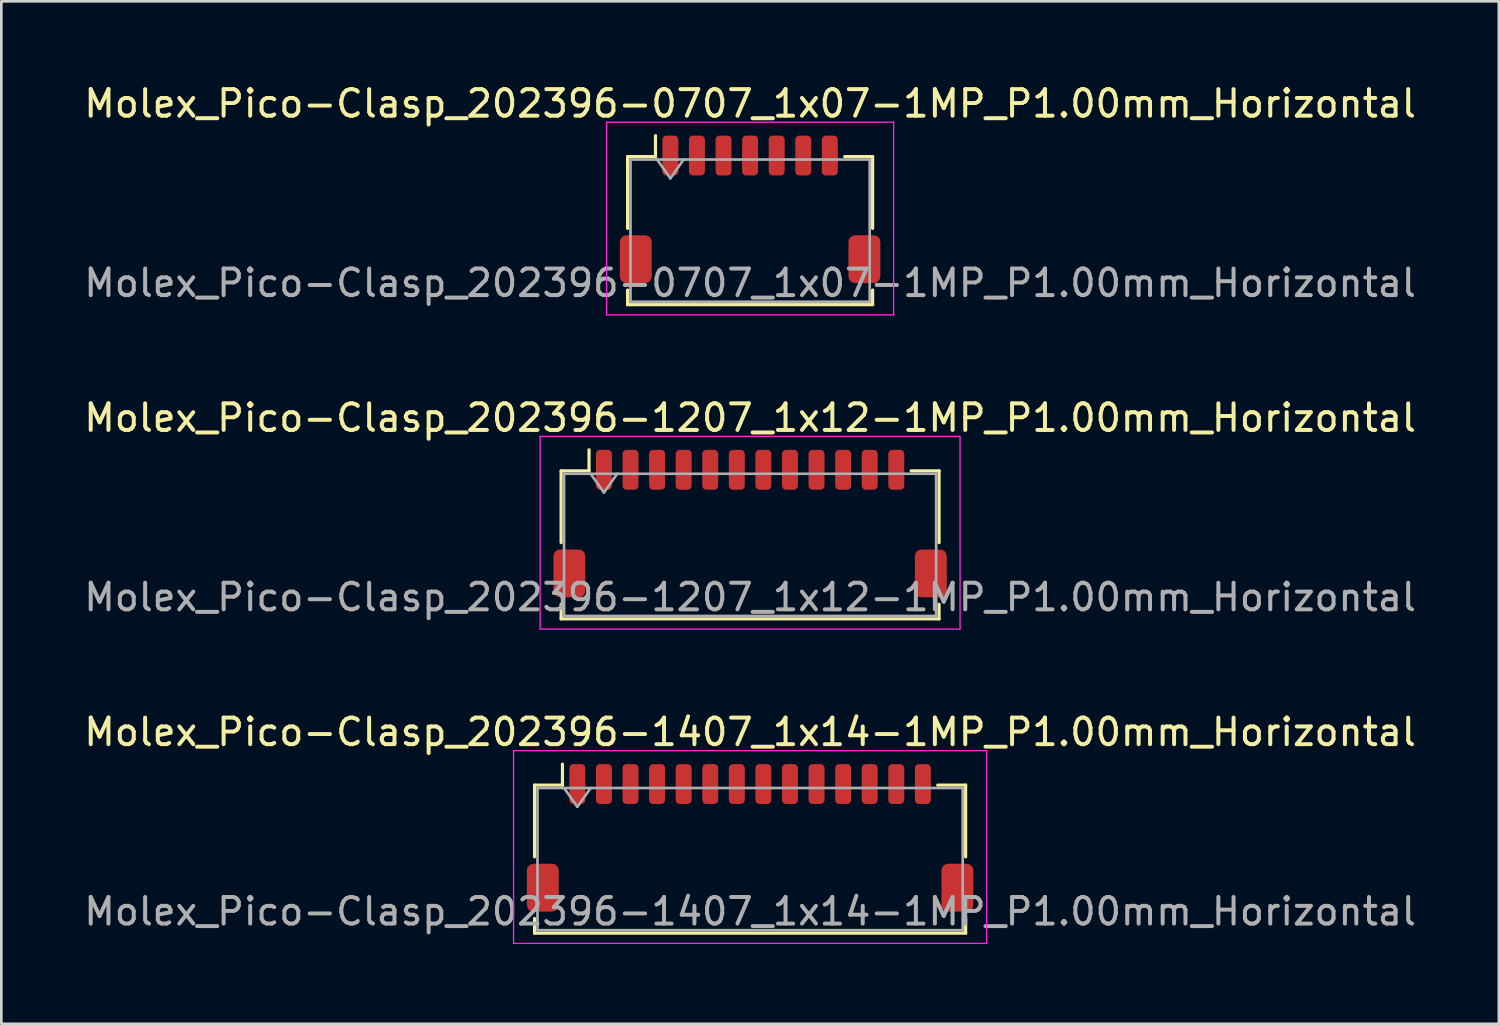
<source format=kicad_pcb>
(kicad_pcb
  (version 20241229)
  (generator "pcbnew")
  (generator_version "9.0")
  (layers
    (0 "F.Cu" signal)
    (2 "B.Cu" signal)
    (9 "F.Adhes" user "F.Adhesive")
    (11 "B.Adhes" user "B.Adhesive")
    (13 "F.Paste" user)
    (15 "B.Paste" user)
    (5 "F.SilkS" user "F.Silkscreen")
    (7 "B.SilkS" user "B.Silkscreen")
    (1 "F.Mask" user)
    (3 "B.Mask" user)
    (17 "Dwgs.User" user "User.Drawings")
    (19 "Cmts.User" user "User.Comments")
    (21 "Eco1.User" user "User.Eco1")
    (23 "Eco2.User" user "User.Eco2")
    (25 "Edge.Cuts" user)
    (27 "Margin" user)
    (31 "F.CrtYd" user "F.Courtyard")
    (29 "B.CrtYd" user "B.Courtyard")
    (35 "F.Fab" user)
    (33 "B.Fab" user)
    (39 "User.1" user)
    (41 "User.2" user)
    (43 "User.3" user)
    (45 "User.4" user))
  (footprint "Molex_Pico-Clasp_202396-1407_1x14-1MP_P1.00mm_Horizontal"
    (layer "F.Cu")
    (at 25.173 28.475)
    (property "Reference" "Molex_Pico-Clasp_202396-1407_1x14-1MP_P1.00mm_Horizontal" (at 0 -3.98 0) (layer "F.SilkS") (effects (font (size 1 1) (thickness 0.15))))
    (attr smd)
    (fp_line (start -8.11 -1.985) (end -7.06 -1.985) (stroke (width 0.12) (type solid)) (layer "F.SilkS"))
    (fp_line (start -8.11 0.715) (end -8.11 -1.985) (stroke (width 0.12) (type solid)) (layer "F.SilkS"))
    (fp_line (start -8.11 3.035) (end -8.11 3.585) (stroke (width 0.12) (type solid)) (layer "F.SilkS"))
    (fp_line (start -8.11 3.585) (end 8.11 3.585) (stroke (width 0.12) (type solid)) (layer "F.SilkS"))
    (fp_line (start -7.06 -1.985) (end -7.06 -2.775) (stroke (width 0.12) (type solid)) (layer "F.SilkS"))
    (fp_line (start 8.11 -1.985) (end 7.06 -1.985) (stroke (width 0.12) (type solid)) (layer "F.SilkS"))
    (fp_line (start 8.11 0.715) (end 8.11 -1.985) (stroke (width 0.12) (type solid)) (layer "F.SilkS"))
    (fp_line (start 8.11 3.585) (end 8.11 3.035) (stroke (width 0.12) (type solid)) (layer "F.SilkS"))
    (fp_line (start -8.9 -3.28) (end -8.9 3.97) (stroke (width 0.05) (type solid)) (layer "F.CrtYd"))
    (fp_line (start -8.9 3.97) (end 8.9 3.97) (stroke (width 0.05) (type solid)) (layer "F.CrtYd"))
    (fp_line (start 8.9 -3.28) (end -8.9 -3.28) (stroke (width 0.05) (type solid)) (layer "F.CrtYd"))
    (fp_line (start 8.9 3.97) (end 8.9 -3.28) (stroke (width 0.05) (type solid)) (layer "F.CrtYd"))
    (fp_line (start -8 -1.875) (end -8 3.475) (stroke (width 0.1) (type solid)) (layer "F.Fab"))
    (fp_line (start -8 -1.875) (end 8 -1.875) (stroke (width 0.1) (type solid)) (layer "F.Fab"))
    (fp_line (start -8 3.475) (end 8 3.475) (stroke (width 0.1) (type solid)) (layer "F.Fab"))
    (fp_line (start -7 -1.875) (end -6.5 -1.168) (stroke (width 0.1) (type solid)) (layer "F.Fab"))
    (fp_line (start -6.5 -1.168) (end -6 -1.875) (stroke (width 0.1) (type solid)) (layer "F.Fab"))
    (fp_line (start 8 -1.875) (end 8 3.475) (stroke (width 0.1) (type solid)) (layer "F.Fab"))
    (fp_text user "${REFERENCE}" (at 0 2.77 0) (layer "F.Fab") (effects (font (size 1 1) (thickness 0.15))))
    (pad "1" smd roundrect (at -6.5 -2.025) (size 0.6 1.5) (layers "F.Cu" "F.Mask" "F.Paste") (roundrect_rratio 0.25))
    (pad "2" smd roundrect (at -5.5 -2.025) (size 0.6 1.5) (layers "F.Cu" "F.Mask" "F.Paste") (roundrect_rratio 0.25))
    (pad "3" smd roundrect (at -4.5 -2.025) (size 0.6 1.5) (layers "F.Cu" "F.Mask" "F.Paste") (roundrect_rratio 0.25))
    (pad "4" smd roundrect (at -3.5 -2.025) (size 0.6 1.5) (layers "F.Cu" "F.Mask" "F.Paste") (roundrect_rratio 0.25))
    (pad "5" smd roundrect (at -2.5 -2.025) (size 0.6 1.5) (layers "F.Cu" "F.Mask" "F.Paste") (roundrect_rratio 0.25))
    (pad "6" smd roundrect (at -1.5 -2.025) (size 0.6 1.5) (layers "F.Cu" "F.Mask" "F.Paste") (roundrect_rratio 0.25))
    (pad "7" smd roundrect (at -0.5 -2.025) (size 0.6 1.5) (layers "F.Cu" "F.Mask" "F.Paste") (roundrect_rratio 0.25))
    (pad "8" smd roundrect (at 0.5 -2.025) (size 0.6 1.5) (layers "F.Cu" "F.Mask" "F.Paste") (roundrect_rratio 0.25))
    (pad "9" smd roundrect (at 1.5 -2.025) (size 0.6 1.5) (layers "F.Cu" "F.Mask" "F.Paste") (roundrect_rratio 0.25))
    (pad "10" smd roundrect (at 2.5 -2.025) (size 0.6 1.5) (layers "F.Cu" "F.Mask" "F.Paste") (roundrect_rratio 0.25))
    (pad "11" smd roundrect (at 3.5 -2.025) (size 0.6 1.5) (layers "F.Cu" "F.Mask" "F.Paste") (roundrect_rratio 0.25))
    (pad "12" smd roundrect (at 4.5 -2.025) (size 0.6 1.5) (layers "F.Cu" "F.Mask" "F.Paste") (roundrect_rratio 0.25))
    (pad "13" smd roundrect (at 5.5 -2.025) (size 0.6 1.5) (layers "F.Cu" "F.Mask" "F.Paste") (roundrect_rratio 0.25))
    (pad "14" smd roundrect (at 6.5 -2.025) (size 0.6 1.5) (layers "F.Cu" "F.Mask" "F.Paste") (roundrect_rratio 0.25))
    (pad "MP" smd roundrect (at -7.8 1.875) (size 1.2 1.8) (layers "F.Cu" "F.Mask" "F.Paste") (roundrect_rratio 0.208))
    (pad "MP" smd roundrect (at 7.8 1.875) (size 1.2 1.8) (layers "F.Cu" "F.Mask" "F.Paste") (roundrect_rratio 0.208)))
  (footprint "Molex_Pico-Clasp_202396-1207_1x12-1MP_P1.00mm_Horizontal"
    (layer "F.Cu")
    (at 25.173 16.651)
    (property "Reference" "Molex_Pico-Clasp_202396-1207_1x12-1MP_P1.00mm_Horizontal" (at 0 -3.98 0) (layer "F.SilkS") (effects (font (size 1 1) (thickness 0.15))))
    (attr smd)
    (fp_line (start -7.11 -1.985) (end -6.06 -1.985) (stroke (width 0.12) (type solid)) (layer "F.SilkS"))
    (fp_line (start -7.11 0.715) (end -7.11 -1.985) (stroke (width 0.12) (type solid)) (layer "F.SilkS"))
    (fp_line (start -7.11 3.035) (end -7.11 3.585) (stroke (width 0.12) (type solid)) (layer "F.SilkS"))
    (fp_line (start -7.11 3.585) (end 7.11 3.585) (stroke (width 0.12) (type solid)) (layer "F.SilkS"))
    (fp_line (start -6.06 -1.985) (end -6.06 -2.775) (stroke (width 0.12) (type solid)) (layer "F.SilkS"))
    (fp_line (start 7.11 -1.985) (end 6.06 -1.985) (stroke (width 0.12) (type solid)) (layer "F.SilkS"))
    (fp_line (start 7.11 0.715) (end 7.11 -1.985) (stroke (width 0.12) (type solid)) (layer "F.SilkS"))
    (fp_line (start 7.11 3.585) (end 7.11 3.035) (stroke (width 0.12) (type solid)) (layer "F.SilkS"))
    (fp_line (start -7.9 -3.28) (end -7.9 3.97) (stroke (width 0.05) (type solid)) (layer "F.CrtYd"))
    (fp_line (start -7.9 3.97) (end 7.9 3.97) (stroke (width 0.05) (type solid)) (layer "F.CrtYd"))
    (fp_line (start 7.9 -3.28) (end -7.9 -3.28) (stroke (width 0.05) (type solid)) (layer "F.CrtYd"))
    (fp_line (start 7.9 3.97) (end 7.9 -3.28) (stroke (width 0.05) (type solid)) (layer "F.CrtYd"))
    (fp_line (start -7 -1.875) (end -7 3.475) (stroke (width 0.1) (type solid)) (layer "F.Fab"))
    (fp_line (start -7 -1.875) (end 7 -1.875) (stroke (width 0.1) (type solid)) (layer "F.Fab"))
    (fp_line (start -7 3.475) (end 7 3.475) (stroke (width 0.1) (type solid)) (layer "F.Fab"))
    (fp_line (start -6 -1.875) (end -5.5 -1.168) (stroke (width 0.1) (type solid)) (layer "F.Fab"))
    (fp_line (start -5.5 -1.168) (end -5 -1.875) (stroke (width 0.1) (type solid)) (layer "F.Fab"))
    (fp_line (start 7 -1.875) (end 7 3.475) (stroke (width 0.1) (type solid)) (layer "F.Fab"))
    (fp_text user "${REFERENCE}" (at 0 2.77 0) (layer "F.Fab") (effects (font (size 1 1) (thickness 0.15))))
    (pad "1" smd roundrect (at -5.5 -2.025) (size 0.6 1.5) (layers "F.Cu" "F.Mask" "F.Paste") (roundrect_rratio 0.25))
    (pad "2" smd roundrect (at -4.5 -2.025) (size 0.6 1.5) (layers "F.Cu" "F.Mask" "F.Paste") (roundrect_rratio 0.25))
    (pad "3" smd roundrect (at -3.5 -2.025) (size 0.6 1.5) (layers "F.Cu" "F.Mask" "F.Paste") (roundrect_rratio 0.25))
    (pad "4" smd roundrect (at -2.5 -2.025) (size 0.6 1.5) (layers "F.Cu" "F.Mask" "F.Paste") (roundrect_rratio 0.25))
    (pad "5" smd roundrect (at -1.5 -2.025) (size 0.6 1.5) (layers "F.Cu" "F.Mask" "F.Paste") (roundrect_rratio 0.25))
    (pad "6" smd roundrect (at -0.5 -2.025) (size 0.6 1.5) (layers "F.Cu" "F.Mask" "F.Paste") (roundrect_rratio 0.25))
    (pad "7" smd roundrect (at 0.5 -2.025) (size 0.6 1.5) (layers "F.Cu" "F.Mask" "F.Paste") (roundrect_rratio 0.25))
    (pad "8" smd roundrect (at 1.5 -2.025) (size 0.6 1.5) (layers "F.Cu" "F.Mask" "F.Paste") (roundrect_rratio 0.25))
    (pad "9" smd roundrect (at 2.5 -2.025) (size 0.6 1.5) (layers "F.Cu" "F.Mask" "F.Paste") (roundrect_rratio 0.25))
    (pad "10" smd roundrect (at 3.5 -2.025) (size 0.6 1.5) (layers "F.Cu" "F.Mask" "F.Paste") (roundrect_rratio 0.25))
    (pad "11" smd roundrect (at 4.5 -2.025) (size 0.6 1.5) (layers "F.Cu" "F.Mask" "F.Paste") (roundrect_rratio 0.25))
    (pad "12" smd roundrect (at 5.5 -2.025) (size 0.6 1.5) (layers "F.Cu" "F.Mask" "F.Paste") (roundrect_rratio 0.25))
    (pad "MP" smd roundrect (at -6.8 1.875) (size 1.2 1.8) (layers "F.Cu" "F.Mask" "F.Paste") (roundrect_rratio 0.208))
    (pad "MP" smd roundrect (at 6.8 1.875) (size 1.2 1.8) (layers "F.Cu" "F.Mask" "F.Paste") (roundrect_rratio 0.208)))
  (footprint "Molex_Pico-Clasp_202396-0707_1x07-1MP_P1.00mm_Horizontal"
    (layer "F.Cu")
    (at 25.173 4.828)
    (property "Reference" "Molex_Pico-Clasp_202396-0707_1x07-1MP_P1.00mm_Horizontal" (at 0 -3.98 0) (layer "F.SilkS") (effects (font (size 1 1) (thickness 0.15))))
    (attr smd)
    (fp_line (start -4.61 -1.985) (end -3.56 -1.985) (stroke (width 0.12) (type solid)) (layer "F.SilkS"))
    (fp_line (start -4.61 0.715) (end -4.61 -1.985) (stroke (width 0.12) (type solid)) (layer "F.SilkS"))
    (fp_line (start -4.61 3.035) (end -4.61 3.585) (stroke (width 0.12) (type solid)) (layer "F.SilkS"))
    (fp_line (start -4.61 3.585) (end 4.61 3.585) (stroke (width 0.12) (type solid)) (layer "F.SilkS"))
    (fp_line (start -3.56 -1.985) (end -3.56 -2.775) (stroke (width 0.12) (type solid)) (layer "F.SilkS"))
    (fp_line (start 4.61 -1.985) (end 3.56 -1.985) (stroke (width 0.12) (type solid)) (layer "F.SilkS"))
    (fp_line (start 4.61 0.715) (end 4.61 -1.985) (stroke (width 0.12) (type solid)) (layer "F.SilkS"))
    (fp_line (start 4.61 3.585) (end 4.61 3.035) (stroke (width 0.12) (type solid)) (layer "F.SilkS"))
    (fp_line (start -5.4 -3.28) (end -5.4 3.97) (stroke (width 0.05) (type solid)) (layer "F.CrtYd"))
    (fp_line (start -5.4 3.97) (end 5.4 3.97) (stroke (width 0.05) (type solid)) (layer "F.CrtYd"))
    (fp_line (start 5.4 -3.28) (end -5.4 -3.28) (stroke (width 0.05) (type solid)) (layer "F.CrtYd"))
    (fp_line (start 5.4 3.97) (end 5.4 -3.28) (stroke (width 0.05) (type solid)) (layer "F.CrtYd"))
    (fp_line (start -4.5 -1.875) (end -4.5 3.475) (stroke (width 0.1) (type solid)) (layer "F.Fab"))
    (fp_line (start -4.5 -1.875) (end 4.5 -1.875) (stroke (width 0.1) (type solid)) (layer "F.Fab"))
    (fp_line (start -4.5 3.475) (end 4.5 3.475) (stroke (width 0.1) (type solid)) (layer "F.Fab"))
    (fp_line (start -3.5 -1.875) (end -3 -1.168) (stroke (width 0.1) (type solid)) (layer "F.Fab"))
    (fp_line (start -3 -1.168) (end -2.5 -1.875) (stroke (width 0.1) (type solid)) (layer "F.Fab"))
    (fp_line (start 4.5 -1.875) (end 4.5 3.475) (stroke (width 0.1) (type solid)) (layer "F.Fab"))
    (fp_text user "${REFERENCE}" (at 0 2.77 0) (layer "F.Fab") (effects (font (size 1 1) (thickness 0.15))))
    (pad "1" smd roundrect (at -3 -2.025) (size 0.6 1.5) (layers "F.Cu" "F.Mask" "F.Paste") (roundrect_rratio 0.25))
    (pad "2" smd roundrect (at -2 -2.025) (size 0.6 1.5) (layers "F.Cu" "F.Mask" "F.Paste") (roundrect_rratio 0.25))
    (pad "3" smd roundrect (at -1 -2.025) (size 0.6 1.5) (layers "F.Cu" "F.Mask" "F.Paste") (roundrect_rratio 0.25))
    (pad "4" smd roundrect (at 0 -2.025) (size 0.6 1.5) (layers "F.Cu" "F.Mask" "F.Paste") (roundrect_rratio 0.25))
    (pad "5" smd roundrect (at 1 -2.025) (size 0.6 1.5) (layers "F.Cu" "F.Mask" "F.Paste") (roundrect_rratio 0.25))
    (pad "6" smd roundrect (at 2 -2.025) (size 0.6 1.5) (layers "F.Cu" "F.Mask" "F.Paste") (roundrect_rratio 0.25))
    (pad "7" smd roundrect (at 3 -2.025) (size 0.6 1.5) (layers "F.Cu" "F.Mask" "F.Paste") (roundrect_rratio 0.25))
    (pad "MP" smd roundrect (at -4.3 1.875) (size 1.2 1.8) (layers "F.Cu" "F.Mask" "F.Paste") (roundrect_rratio 0.208))
    (pad "MP" smd roundrect (at 4.3 1.875) (size 1.2 1.8) (layers "F.Cu" "F.Mask" "F.Paste") (roundrect_rratio 0.208)))
  (gr_rect
    (start -3 -3)
    (end 53.345 35.47)
    (stroke (width 0.1) (type default))
    (fill no)
    (layer "Edge.Cuts")))
</source>
